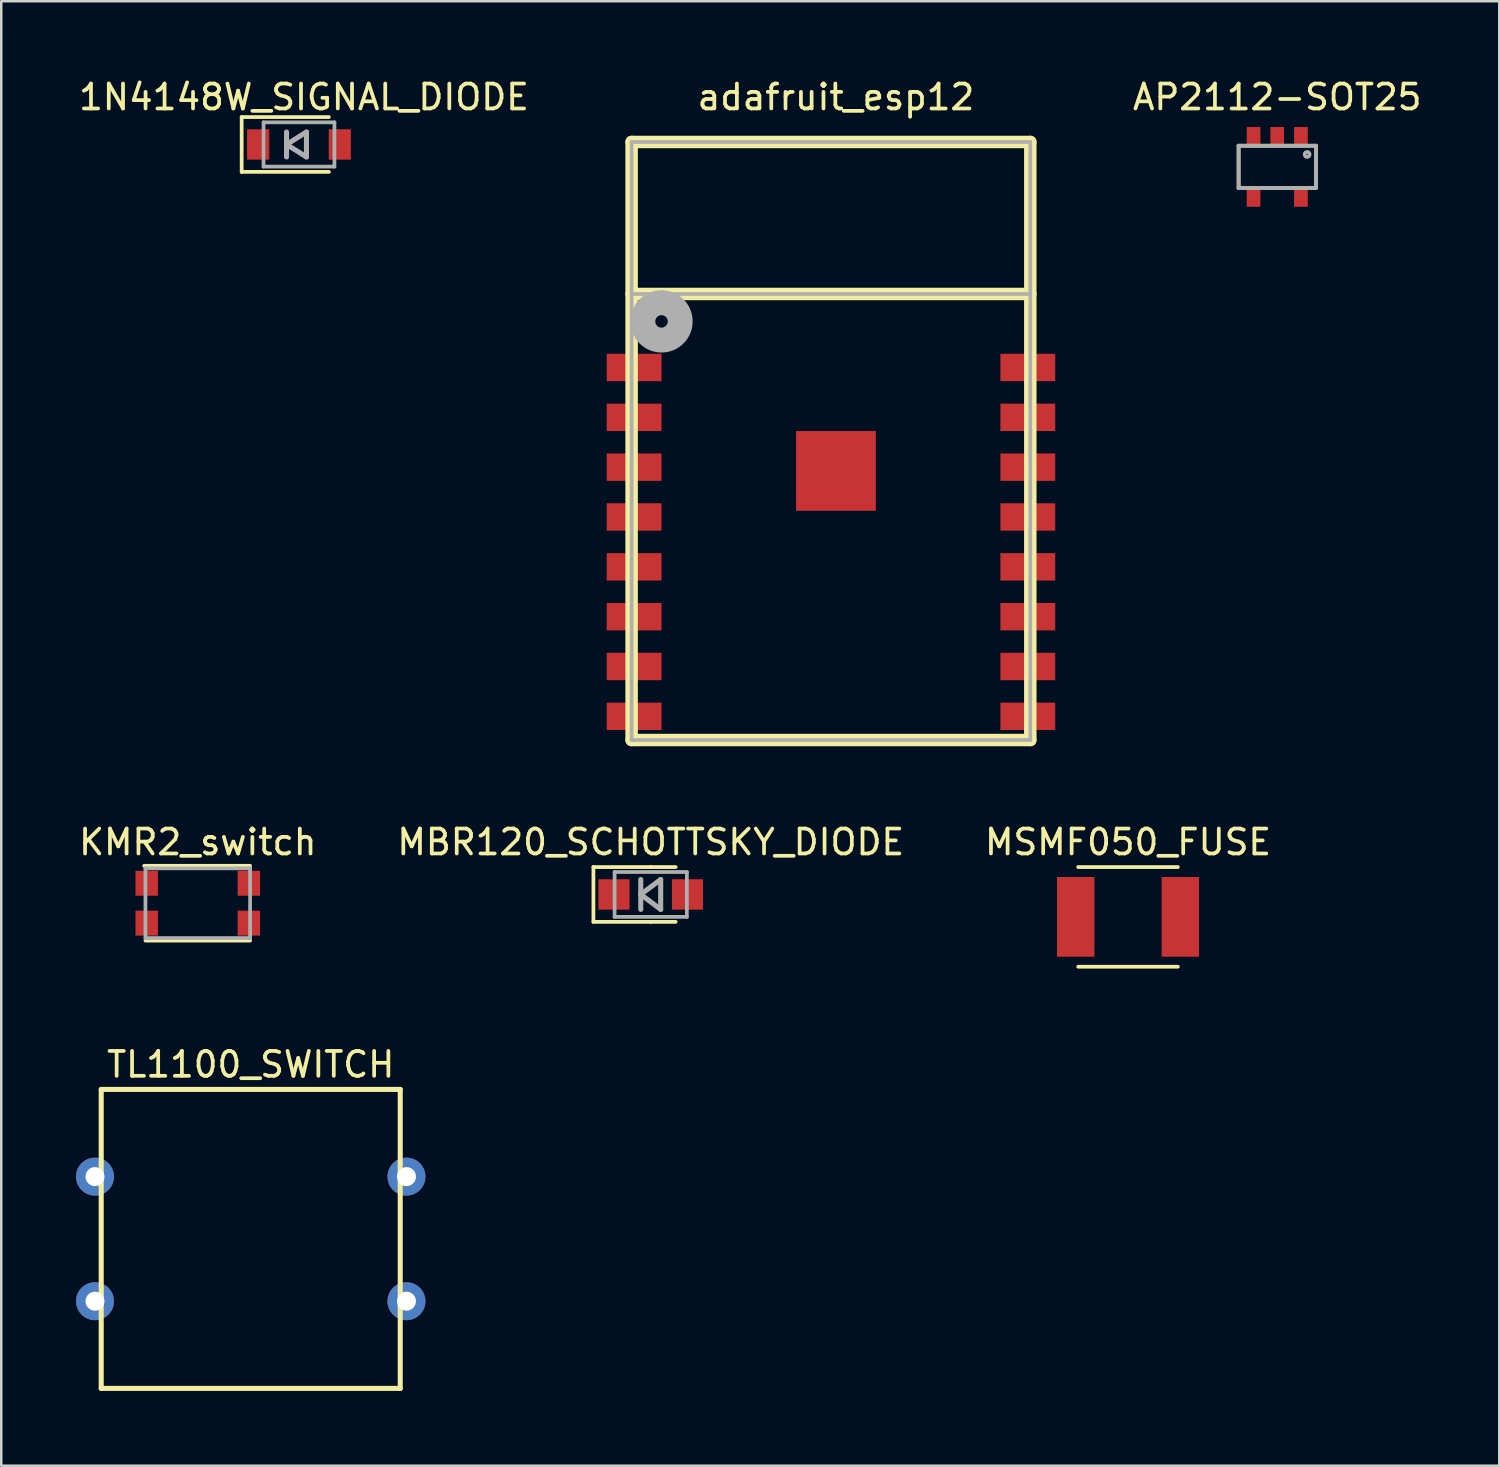
<source format=kicad_pcb>
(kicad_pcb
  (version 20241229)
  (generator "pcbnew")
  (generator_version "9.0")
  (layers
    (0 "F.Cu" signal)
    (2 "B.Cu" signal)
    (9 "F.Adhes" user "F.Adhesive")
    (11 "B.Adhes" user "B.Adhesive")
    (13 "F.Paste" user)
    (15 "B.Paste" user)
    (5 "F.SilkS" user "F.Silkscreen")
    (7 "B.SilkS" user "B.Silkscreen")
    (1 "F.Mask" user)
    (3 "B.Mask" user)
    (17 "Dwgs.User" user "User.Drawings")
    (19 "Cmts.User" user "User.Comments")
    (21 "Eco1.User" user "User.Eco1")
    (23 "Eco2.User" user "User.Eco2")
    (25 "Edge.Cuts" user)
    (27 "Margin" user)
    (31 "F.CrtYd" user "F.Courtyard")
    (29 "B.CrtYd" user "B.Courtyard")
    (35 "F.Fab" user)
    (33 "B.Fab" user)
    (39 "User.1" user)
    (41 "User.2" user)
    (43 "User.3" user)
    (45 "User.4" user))
  (footprint "1N4148W_SIGNAL_DIODE"
    (layer "F.Cu")
    (at 8.949 2.748)
    (property "Reference" "1N4148W_SIGNAL_DIODE" (at 0.2 -1.9 0) (layer "F.SilkS") (effects (font (size 1 1) (thickness 0.15))))
    (attr through_hole)
    (fp_line (start -2.3 -1.1) (end -2.3 1.1) (stroke (width 0.15) (type solid)) (layer "F.SilkS"))
    (fp_line (start -2.3 1.1) (end 1.2 1.1) (stroke (width 0.15) (type solid)) (layer "F.SilkS"))
    (fp_line (start 1.2 -1.1) (end -2.3 -1.1) (stroke (width 0.15) (type solid)) (layer "F.SilkS"))
    (fp_line (start -1.422 -0.889) (end 1.422 -0.889) (stroke (width 0.15) (type solid)) (layer "F.Fab"))
    (fp_line (start -1.422 0.889) (end -1.422 -0.889) (stroke (width 0.15) (type solid)) (layer "F.Fab"))
    (fp_line (start -0.5 -0.5) (end -0.5 0.5) (stroke (width 0.203) (type solid)) (layer "F.Fab"))
    (fp_line (start -0.5 0) (end 0.3 -0.5) (stroke (width 0.203) (type solid)) (layer "F.Fab"))
    (fp_line (start 0.3 -0.5) (end 0.3 0.5) (stroke (width 0.203) (type solid)) (layer "F.Fab"))
    (fp_line (start 0.3 0.5) (end -0.5 0) (stroke (width 0.203) (type solid)) (layer "F.Fab"))
    (fp_line (start 1.422 -0.889) (end 1.422 0.889) (stroke (width 0.15) (type solid)) (layer "F.Fab"))
    (fp_line (start 1.422 0.889) (end -1.422 0.889) (stroke (width 0.15) (type solid)) (layer "F.Fab"))
    (pad "1" smd rect (at -1.638 0) (size 0.889 1.219) (layers "F.Cu" "F.Mask" "F.Paste"))
    (pad "2" smd rect (at 1.638 0) (size 0.889 1.219) (layers "F.Cu" "F.Mask" "F.Paste")))
  (footprint "adafruit_esp12"
    (layer "F.Cu")
    (at 30.498 15.848)
    (property "Reference" "adafruit_esp12" (at 0 -15 0) (layer "F.SilkS") (effects (font (size 1 1) (thickness 0.15))))
    (attr through_hole)
    (fp_line (start -8.2 -13.2) (end 7.8 -13.2) (stroke (width 0.5) (type solid)) (layer "F.SilkS"))
    (fp_line (start -8.2 10.8) (end -8.2 -13.2) (stroke (width 0.5) (type solid)) (layer "F.SilkS"))
    (fp_line (start 7.8 -13.2) (end 7.8 10.8) (stroke (width 0.5) (type solid)) (layer "F.SilkS"))
    (fp_line (start 7.8 -7.1) (end -8.2 -7.1) (stroke (width 0.5) (type solid)) (layer "F.SilkS"))
    (fp_line (start 7.8 10.8) (end -8.2 10.8) (stroke (width 0.5) (type solid)) (layer "F.SilkS"))
    (fp_line (start -8.2 -13.2) (end 7.8 -13.2) (stroke (width 0.15) (type solid)) (layer "F.Fab"))
    (fp_line (start -8.2 -7.1) (end 7.8 -7.1) (stroke (width 0.15) (type solid)) (layer "F.Fab"))
    (fp_line (start -8.2 10.8) (end -8.2 -13.2) (stroke (width 0.15) (type solid)) (layer "F.Fab"))
    (fp_line (start 7.8 -13.2) (end 7.8 10.8) (stroke (width 0.15) (type solid)) (layer "F.Fab"))
    (fp_line (start 7.8 10.8) (end -8.2 10.8) (stroke (width 0.15) (type solid)) (layer "F.Fab"))
    (fp_circle (center -7 -6) (end -7 -6.25) (stroke (width 1) (type solid)) (fill no) (layer "F.Fab"))
    (pad "0" smd rect (at 0 0) (size 3.2 3.2) (layers "F.Cu" "F.Mask" "F.Paste"))
    (pad "1" smd rect (at -8.1 -4.15) (size 2.2 1.1) (layers "F.Cu" "F.Mask" "F.Paste"))
    (pad "2" smd rect (at -8.1 -2.15) (size 2.2 1.1) (layers "F.Cu" "F.Mask" "F.Paste"))
    (pad "3" smd rect (at -8.1 -0.15) (size 2.2 1.1) (layers "F.Cu" "F.Mask" "F.Paste"))
    (pad "4" smd rect (at -8.1 1.85) (size 2.2 1.1) (layers "F.Cu" "F.Mask" "F.Paste"))
    (pad "5" smd rect (at -8.1 3.85) (size 2.2 1.1) (layers "F.Cu" "F.Mask" "F.Paste"))
    (pad "6" smd rect (at -8.1 5.85) (size 2.2 1.1) (layers "F.Cu" "F.Mask" "F.Paste"))
    (pad "7" smd rect (at -8.1 7.85) (size 2.2 1.1) (layers "F.Cu" "F.Mask" "F.Paste"))
    (pad "8" smd rect (at -8.1 9.85) (size 2.2 1.1) (layers "F.Cu" "F.Mask" "F.Paste"))
    (pad "9" smd rect (at 7.7 9.85) (size 2.2 1.1) (layers "F.Cu" "F.Mask" "F.Paste"))
    (pad "10" smd rect (at 7.7 7.85) (size 2.2 1.1) (layers "F.Cu" "F.Mask" "F.Paste"))
    (pad "11" smd rect (at 7.7 5.85) (size 2.2 1.1) (layers "F.Cu" "F.Mask" "F.Paste"))
    (pad "12" smd rect (at 7.7 3.85) (size 2.2 1.1) (layers "F.Cu" "F.Mask" "F.Paste"))
    (pad "13" smd rect (at 7.7 1.85) (size 2.2 1.1) (layers "F.Cu" "F.Mask" "F.Paste"))
    (pad "14" smd rect (at 7.7 -0.15) (size 2.2 1.1) (layers "F.Cu" "F.Mask" "F.Paste"))
    (pad "15" smd rect (at 7.7 -2.15) (size 2.2 1.1) (layers "F.Cu" "F.Mask" "F.Paste"))
    (pad "16" smd rect (at 7.7 -4.15) (size 2.2 1.1) (layers "F.Cu" "F.Mask" "F.Paste")))
  (footprint "TL1100_SWITCH"
    (layer "F.Cu")
    (at 7.012 46.67)
    (property "Reference" "TL1100_SWITCH" (at 0 -7 0) (layer "F.SilkS") (effects (font (size 1 1) (thickness 0.15))))
    (attr through_hole)
    (fp_line (start -6 -6) (end 6 -6) (stroke (width 0.203) (type solid)) (layer "F.SilkS"))
    (fp_line (start -6 6) (end -6 -6) (stroke (width 0.203) (type solid)) (layer "F.SilkS"))
    (fp_line (start 6 -6) (end 6 6) (stroke (width 0.203) (type solid)) (layer "F.SilkS"))
    (fp_line (start 6 6) (end -6 6) (stroke (width 0.203) (type solid)) (layer "F.SilkS"))
    (pad "1" thru_hole circle (at -6.25 -2.5) (size 1.524 1.524) (drill 0.762) (layers "*.Cu" "*.Mask"))
    (pad "2" thru_hole circle (at 6.25 -2.5) (size 1.524 1.524) (drill 0.762) (layers "*.Cu" "*.Mask"))
    (pad "3" thru_hole circle (at -6.25 2.5) (size 1.524 1.524) (drill 0.762) (layers "*.Cu" "*.Mask"))
    (pad "4" thru_hole circle (at 6.25 2.5) (size 1.524 1.524) (drill 0.762) (layers "*.Cu" "*.Mask")))
  (footprint "KMR2_switch"
    (layer "F.Cu")
    (at 4.887 33.197)
    (property "Reference" "KMR2_switch" (at 0 -2.45 0) (layer "F.SilkS") (effects (font (size 1 1) (thickness 0.15))))
    (attr through_hole)
    (fp_line (start -2.15 -1.5) (end 2.1 -1.5) (stroke (width 0.15) (type solid)) (layer "F.SilkS"))
    (fp_line (start 2.1 1.5) (end -2.1 1.5) (stroke (width 0.15) (type solid)) (layer "F.SilkS"))
    (fp_line (start -2.1 -1.4) (end 2.1 -1.4) (stroke (width 0.15) (type solid)) (layer "F.Fab"))
    (fp_line (start -2.1 1.4) (end -2.1 -1.4) (stroke (width 0.15) (type solid)) (layer "F.Fab"))
    (fp_line (start 2.1 -1.4) (end 2.1 1.4) (stroke (width 0.15) (type solid)) (layer "F.Fab"))
    (fp_line (start 2.1 1.4) (end -2.1 1.4) (stroke (width 0.15) (type solid)) (layer "F.Fab"))
    (pad "1" smd rect (at -2.05 -0.8) (size 0.9 1) (layers "F.Cu" "F.Mask" "F.Paste"))
    (pad "2" smd rect (at 2.05 -0.8) (size 0.9 1) (layers "F.Cu" "F.Mask" "F.Paste"))
    (pad "3" smd rect (at -2.05 0.8) (size 0.9 1) (layers "F.Cu" "F.Mask" "F.Paste"))
    (pad "4" smd rect (at 2.05 0.8) (size 0.9 1) (layers "F.Cu" "F.Mask" "F.Paste")))
  (footprint "MBR120_SCHOTTSKY_DIODE"
    (layer "F.Cu")
    (at 23.065 32.846)
    (property "Reference" "MBR120_SCHOTTSKY_DIODE" (at 0 -2.1 0) (layer "F.SilkS") (effects (font (size 1 1) (thickness 0.15))))
    (attr through_hole)
    (fp_line (start -2.3 -1.1) (end -2.3 1.1) (stroke (width 0.15) (type solid)) (layer "F.SilkS"))
    (fp_line (start -2.3 1.1) (end 0 1.1) (stroke (width 0.15) (type solid)) (layer "F.SilkS"))
    (fp_line (start 0 -1.1) (end -2.3 -1.1) (stroke (width 0.15) (type solid)) (layer "F.SilkS"))
    (fp_line (start 0 -1.1) (end 1 -1.1) (stroke (width 0.15) (type solid)) (layer "F.SilkS"))
    (fp_line (start 0 1.1) (end 1 1.1) (stroke (width 0.15) (type solid)) (layer "F.SilkS"))
    (fp_line (start -1.45 -0.9) (end 1.45 -0.9) (stroke (width 0.15) (type solid)) (layer "F.Fab"))
    (fp_line (start -1.45 0.9) (end -1.45 -0.9) (stroke (width 0.15) (type solid)) (layer "F.Fab"))
    (fp_line (start -0.4 -0.6) (end -0.4 0.6) (stroke (width 0.203) (type solid)) (layer "F.Fab"))
    (fp_line (start -0.4 0) (end 0.4 -0.6) (stroke (width 0.203) (type solid)) (layer "F.Fab"))
    (fp_line (start 0.4 -0.6) (end 0.4 0.6) (stroke (width 0.203) (type solid)) (layer "F.Fab"))
    (fp_line (start 0.4 0.6) (end -0.4 0) (stroke (width 0.203) (type solid)) (layer "F.Fab"))
    (fp_line (start 1.45 -0.9) (end 1.45 0.9) (stroke (width 0.15) (type solid)) (layer "F.Fab"))
    (fp_line (start 1.45 0.9) (end -1.45 0.9) (stroke (width 0.15) (type solid)) (layer "F.Fab"))
    (pad "1" smd rect (at -1.475 0) (size 1.25 1.22) (layers "F.Cu" "F.Mask" "F.Paste"))
    (pad "2" smd rect (at 1.475 0) (size 1.25 1.22) (layers "F.Cu" "F.Mask" "F.Paste")))
  (footprint "AP2112-SOT25"
    (layer "F.Cu")
    (at 48.208 3.648)
    (property "Reference" "AP2112-SOT25" (at 0 -2.8 0) (layer "F.SilkS") (effects (font (size 1 1) (thickness 0.15))))
    (attr through_hole)
    (fp_line (start -1.55 0.85) (end -1.55 -0.85) (stroke (width 0.15) (type solid)) (layer "F.SilkS"))
    (fp_line (start -1.55 0.85) (end 1.55 0.85) (stroke (width 0.15) (type solid)) (layer "F.SilkS"))
    (fp_line (start 1.55 -0.85) (end -1.55 -0.85) (stroke (width 0.15) (type solid)) (layer "F.SilkS"))
    (fp_line (start 1.55 -0.85) (end 1.55 0.85) (stroke (width 0.15) (type solid)) (layer "F.SilkS"))
    (fp_line (start -1.55 -0.85) (end 1.55 -0.85) (stroke (width 0.15) (type solid)) (layer "F.Fab"))
    (fp_line (start -1.55 0.85) (end -1.55 -0.85) (stroke (width 0.15) (type solid)) (layer "F.Fab"))
    (fp_line (start 1.55 -0.85) (end 1.55 0.85) (stroke (width 0.15) (type solid)) (layer "F.Fab"))
    (fp_line (start 1.55 0.85) (end -1.55 0.85) (stroke (width 0.15) (type solid)) (layer "F.Fab"))
    (fp_circle (center 1.2 -0.5) (end 1.2 -0.6) (stroke (width 0.15) (type solid)) (fill no) (layer "F.Fab"))
    (pad "1" smd rect (at 0.95 -1.2) (size 0.55 0.8) (layers "F.Cu" "F.Mask" "F.Paste"))
    (pad "2" smd rect (at 0 -1.2) (size 0.55 0.8) (layers "F.Cu" "F.Mask" "F.Paste"))
    (pad "3" smd rect (at -0.95 -1.2) (size 0.55 0.8) (layers "F.Cu" "F.Mask" "F.Paste"))
    (pad "4" smd rect (at -0.95 1.2) (size 0.55 0.8) (layers "F.Cu" "F.Mask" "F.Paste"))
    (pad "5" smd rect (at 0.95 1.2) (size 0.55 0.8) (layers "F.Cu" "F.Mask" "F.Paste")))
  (footprint "MSMF050_FUSE"
    (layer "F.Cu")
    (at 42.22 33.746)
    (property "Reference" "MSMF050_FUSE" (at 0 -3 0) (layer "F.SilkS") (effects (font (size 1 1) (thickness 0.15))))
    (attr through_hole)
    (fp_line (start -2 -2) (end 2 -2) (stroke (width 0.15) (type solid)) (layer "F.SilkS"))
    (fp_line (start 2 2) (end -2 2) (stroke (width 0.15) (type solid)) (layer "F.SilkS"))
    (pad "1" smd rect (at -2.1 0) (size 1.5 3.2) (layers "F.Cu" "F.Mask" "F.Paste"))
    (pad "2" smd rect (at 2.1 0) (size 1.5 3.2) (layers "F.Cu" "F.Mask" "F.Paste")))
  (gr_rect
    (start -3 -3)
    (end 57.119 55.771)
    (stroke (width 0.1) (type default))
    (fill no)
    (layer "Edge.Cuts")))
</source>
